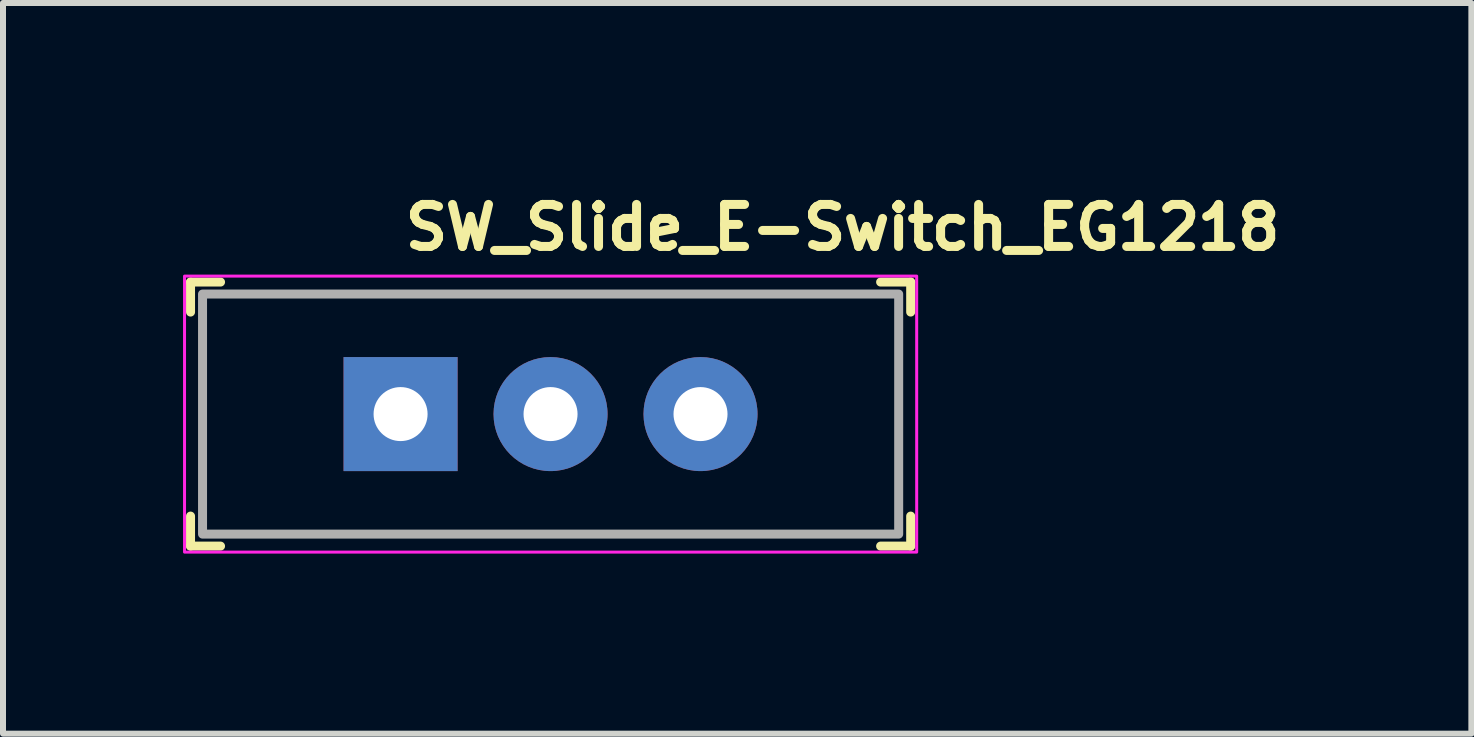
<source format=kicad_pcb>
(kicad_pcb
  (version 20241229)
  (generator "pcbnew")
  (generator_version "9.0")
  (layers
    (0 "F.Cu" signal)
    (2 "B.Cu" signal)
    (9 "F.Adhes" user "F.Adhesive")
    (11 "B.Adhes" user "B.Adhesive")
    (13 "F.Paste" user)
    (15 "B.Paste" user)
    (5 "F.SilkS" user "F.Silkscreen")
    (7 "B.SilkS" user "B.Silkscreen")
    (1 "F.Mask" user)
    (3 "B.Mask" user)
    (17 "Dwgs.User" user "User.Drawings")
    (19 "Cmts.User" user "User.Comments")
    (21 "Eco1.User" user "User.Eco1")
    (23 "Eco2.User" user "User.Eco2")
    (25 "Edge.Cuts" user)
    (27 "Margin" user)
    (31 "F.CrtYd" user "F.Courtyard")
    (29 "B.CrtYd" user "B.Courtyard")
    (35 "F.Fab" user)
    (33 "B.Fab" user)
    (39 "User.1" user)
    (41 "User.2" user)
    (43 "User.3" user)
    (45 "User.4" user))
  (footprint "SW_Slide_E-Switch_EG1218"
    (layer "F.Cu")
    (at 3.625 3.85)
    (property "Reference" "SW_Slide_E-Switch_EG1218" (at 0 -2.7 0) (layer "F.SilkS") (effects (font (size 0.7 0.7) (thickness 0.15)) (justify left bottom)))
    (attr through_hole)
    (fp_line (start -3.5 -2.2) (end -3.5 -1.7) (stroke (width 0.15) (type solid)) (layer "F.SilkS"))
    (fp_line (start -3.5 -2.2) (end -3 -2.2) (stroke (width 0.15) (type solid)) (layer "F.SilkS"))
    (fp_line (start -3.5 2.2) (end -3.5 1.7) (stroke (width 0.15) (type solid)) (layer "F.SilkS"))
    (fp_line (start -3.5 2.2) (end -3 2.2) (stroke (width 0.15) (type solid)) (layer "F.SilkS"))
    (fp_line (start 8.5 -2.2) (end 7.999 -2.2) (stroke (width 0.15) (type solid)) (layer "F.SilkS"))
    (fp_line (start 8.5 -2.2) (end 8.5 -1.7) (stroke (width 0.15) (type solid)) (layer "F.SilkS"))
    (fp_line (start 8.5 2.2) (end 7.999 2.2) (stroke (width 0.15) (type solid)) (layer "F.SilkS"))
    (fp_line (start 8.5 2.2) (end 8.5 1.7) (stroke (width 0.15) (type solid)) (layer "F.SilkS"))
    (fp_rect (start -3.6 -2.299) (end 8.6 2.3) (stroke (width 0.05) (type solid)) (fill no) (layer "F.CrtYd"))
    (fp_rect (start 8.3 -2) (end -3.3 2) (stroke (width 0.15) (type solid)) (fill no) (layer "F.Fab"))
    (fp_rect (start -3.301 -2) (end 8.3 1.999) (stroke (width 0.1) (type solid)) (fill no) (layer "User.5"))
    (fp_line (start -3.301 -2) (end 2.124 -2) (stroke (width 0.02) (type solid)) (layer "User.9"))
    (fp_line (start -3.301 -1.25) (end -3.301 -2) (stroke (width 0.02) (type solid)) (layer "User.9"))
    (fp_line (start -3.301 -1.25) (end -2.65 -1.25) (stroke (width 0.02) (type solid)) (layer "User.9"))
    (fp_line (start -3.301 1.249) (end -3.301 -1.25) (stroke (width 0.02) (type solid)) (layer "User.9"))
    (fp_line (start -3.301 1.999) (end -3.301 1.249) (stroke (width 0.02) (type solid)) (layer "User.9"))
    (fp_line (start -3.202 0.949) (end -3.202 -0.951) (stroke (width 0.02) (type solid)) (layer "User.9"))
    (fp_line (start -3.202 0.949) (end -2.65 0.949) (stroke (width 0.02) (type solid)) (layer "User.9"))
    (fp_line (start -2.702 -0.951) (end -2.702 -1.25) (stroke (width 0.02) (type solid)) (layer "User.9"))
    (fp_line (start -2.702 1.249) (end -2.702 0.949) (stroke (width 0.02) (type solid)) (layer "User.9"))
    (fp_line (start -2.65 -1.25) (end -2.65 1.249) (stroke (width 0.02) (type solid)) (layer "User.9"))
    (fp_line (start -2.65 -0.951) (end -3.202 -0.951) (stroke (width 0.02) (type solid)) (layer "User.9"))
    (fp_line (start -2.65 -0.951) (end -2.65 -1.25) (stroke (width 0.02) (type solid)) (layer "User.9"))
    (fp_line (start -2.65 1.249) (end -3.301 1.249) (stroke (width 0.02) (type solid)) (layer "User.9"))
    (fp_line (start -2.65 1.249) (end -2.65 0.949) (stroke (width 0.02) (type solid)) (layer "User.9"))
    (fp_line (start 0.248 -1.2) (end 4.748 -1.2) (stroke (width 0.02) (type solid)) (layer "User.9"))
    (fp_line (start 0.248 -1) (end 0.248 -1.2) (stroke (width 0.02) (type solid)) (layer "User.9"))
    (fp_line (start 0.248 -1) (end 2.249 -1) (stroke (width 0.02) (type solid)) (layer "User.9"))
    (fp_line (start 0.248 0.998) (end 0.248 -1) (stroke (width 0.02) (type solid)) (layer "User.9"))
    (fp_line (start 0.248 1.199) (end 0.248 0.998) (stroke (width 0.02) (type solid)) (layer "User.9"))
    (fp_line (start 2.124 -2) (end 2.874 -2) (stroke (width 0.02) (type solid)) (layer "User.9"))
    (fp_line (start 2.124 -1.95) (end 2.124 -2) (stroke (width 0.02) (type solid)) (layer "User.9"))
    (fp_line (start 2.124 -1.936) (end 2.124 -1.95) (stroke (width 0.02) (type solid)) (layer "User.9"))
    (fp_line (start 2.124 1.935) (end 2.125 1.919) (stroke (width 0.02) (type solid)) (layer "User.9"))
    (fp_line (start 2.124 1.949) (end 2.124 1.935) (stroke (width 0.02) (type solid)) (layer "User.9"))
    (fp_line (start 2.124 1.999) (end -3.301 1.999) (stroke (width 0.02) (type solid)) (layer "User.9"))
    (fp_line (start 2.124 1.999) (end 2.124 1.949) (stroke (width 0.02) (type solid)) (layer "User.9"))
    (fp_line (start 2.125 -1.922) (end 2.124 -1.936) (stroke (width 0.02) (type solid)) (layer "User.9"))
    (fp_line (start 2.125 1.919) (end 2.128 1.904) (stroke (width 0.02) (type solid)) (layer "User.9"))
    (fp_line (start 2.128 -1.907) (end 2.125 -1.922) (stroke (width 0.02) (type solid)) (layer "User.9"))
    (fp_line (start 2.128 1.904) (end 2.129 1.89) (stroke (width 0.02) (type solid)) (layer "User.9"))
    (fp_line (start 2.129 -1.893) (end 2.128 -1.907) (stroke (width 0.02) (type solid)) (layer "User.9"))
    (fp_line (start 2.129 1.89) (end 2.133 1.876) (stroke (width 0.02) (type solid)) (layer "User.9"))
    (fp_line (start 2.133 -1.877) (end 2.129 -1.893) (stroke (width 0.02) (type solid)) (layer "User.9"))
    (fp_line (start 2.133 1.876) (end 2.136 1.862) (stroke (width 0.02) (type solid)) (layer "User.9"))
    (fp_line (start 2.136 -1.863) (end 2.133 -1.877) (stroke (width 0.02) (type solid)) (layer "User.9"))
    (fp_line (start 2.136 1.862) (end 2.141 1.848) (stroke (width 0.02) (type solid)) (layer "User.9"))
    (fp_line (start 2.141 -1.849) (end 2.136 -1.863) (stroke (width 0.02) (type solid)) (layer "User.9"))
    (fp_line (start 2.141 1.848) (end 2.147 1.834) (stroke (width 0.02) (type solid)) (layer "User.9"))
    (fp_line (start 2.147 -1.837) (end 2.141 -1.849) (stroke (width 0.02) (type solid)) (layer "User.9"))
    (fp_line (start 2.147 1.834) (end 2.152 1.82) (stroke (width 0.02) (type solid)) (layer "User.9"))
    (fp_line (start 2.152 -1.823) (end 2.147 -1.837) (stroke (width 0.02) (type solid)) (layer "User.9"))
    (fp_line (start 2.152 1.82) (end 2.16 1.808) (stroke (width 0.02) (type solid)) (layer "User.9"))
    (fp_line (start 2.16 -1.809) (end 2.152 -1.823) (stroke (width 0.02) (type solid)) (layer "User.9"))
    (fp_line (start 2.16 1.808) (end 2.167 1.794) (stroke (width 0.02) (type solid)) (layer "User.9"))
    (fp_line (start 2.167 -1.797) (end 2.16 -1.809) (stroke (width 0.02) (type solid)) (layer "User.9"))
    (fp_line (start 2.167 1.794) (end 2.175 1.783) (stroke (width 0.02) (type solid)) (layer "User.9"))
    (fp_line (start 2.175 -1.784) (end 2.167 -1.797) (stroke (width 0.02) (type solid)) (layer "User.9"))
    (fp_line (start 2.175 1.783) (end 2.182 1.771) (stroke (width 0.02) (type solid)) (layer "User.9"))
    (fp_line (start 2.182 -1.772) (end 2.175 -1.784) (stroke (width 0.02) (type solid)) (layer "User.9"))
    (fp_line (start 2.182 1.771) (end 2.192 1.759) (stroke (width 0.02) (type solid)) (layer "User.9"))
    (fp_line (start 2.192 -1.76) (end 2.182 -1.772) (stroke (width 0.02) (type solid)) (layer "User.9"))
    (fp_line (start 2.192 1.759) (end 2.201 1.747) (stroke (width 0.02) (type solid)) (layer "User.9"))
    (fp_line (start 2.201 -1.75) (end 2.192 -1.76) (stroke (width 0.02) (type solid)) (layer "User.9"))
    (fp_line (start 2.201 1.747) (end 2.212 1.737) (stroke (width 0.02) (type solid)) (layer "User.9"))
    (fp_line (start 2.212 -1.738) (end 2.201 -1.75) (stroke (width 0.02) (type solid)) (layer "User.9"))
    (fp_line (start 2.212 -1.738) (end 2.212 -1.738) (stroke (width 0.02) (type solid)) (layer "User.9"))
    (fp_line (start 2.212 1.737) (end 2.212 1.737) (stroke (width 0.02) (type solid)) (layer "User.9"))
    (fp_line (start 2.212 1.737) (end 2.222 1.727) (stroke (width 0.02) (type solid)) (layer "User.9"))
    (fp_line (start 2.222 -1.728) (end 2.212 -1.738) (stroke (width 0.02) (type solid)) (layer "User.9"))
    (fp_line (start 2.222 1.727) (end 2.233 1.717) (stroke (width 0.02) (type solid)) (layer "User.9"))
    (fp_line (start 2.233 -1.718) (end 2.222 -1.728) (stroke (width 0.02) (type solid)) (layer "User.9"))
    (fp_line (start 2.233 1.717) (end 2.245 1.707) (stroke (width 0.02) (type solid)) (layer "User.9"))
    (fp_line (start 2.245 -1.71) (end 2.233 -1.718) (stroke (width 0.02) (type solid)) (layer "User.9"))
    (fp_line (start 2.245 1.707) (end 2.257 1.699) (stroke (width 0.02) (type solid)) (layer "User.9"))
    (fp_line (start 2.249 -1) (end 2.249 0.998) (stroke (width 0.02) (type solid)) (layer "User.9"))
    (fp_line (start 2.249 0.998) (end 0.248 0.998) (stroke (width 0.02) (type solid)) (layer "User.9"))
    (fp_line (start 2.257 -1.702) (end 2.245 -1.71) (stroke (width 0.02) (type solid)) (layer "User.9"))
    (fp_line (start 2.257 1.699) (end 2.269 1.691) (stroke (width 0.02) (type solid)) (layer "User.9"))
    (fp_line (start 2.269 -1.694) (end 2.257 -1.702) (stroke (width 0.02) (type solid)) (layer "User.9"))
    (fp_line (start 2.269 1.691) (end 2.282 1.685) (stroke (width 0.02) (type solid)) (layer "User.9"))
    (fp_line (start 2.282 -1.686) (end 2.269 -1.694) (stroke (width 0.02) (type solid)) (layer "User.9"))
    (fp_line (start 2.282 1.685) (end 2.296 1.677) (stroke (width 0.02) (type solid)) (layer "User.9"))
    (fp_line (start 2.296 -1.68) (end 2.282 -1.686) (stroke (width 0.02) (type solid)) (layer "User.9"))
    (fp_line (start 2.296 1.677) (end 2.31 1.671) (stroke (width 0.02) (type solid)) (layer "User.9"))
    (fp_line (start 2.31 -1.674) (end 2.296 -1.68) (stroke (width 0.02) (type solid)) (layer "User.9"))
    (fp_line (start 2.31 1.671) (end 2.322 1.667) (stroke (width 0.02) (type solid)) (layer "User.9"))
    (fp_line (start 2.322 -1.668) (end 2.31 -1.674) (stroke (width 0.02) (type solid)) (layer "User.9"))
    (fp_line (start 2.322 1.667) (end 2.337 1.662) (stroke (width 0.02) (type solid)) (layer "User.9"))
    (fp_line (start 2.337 -1.663) (end 2.322 -1.668) (stroke (width 0.02) (type solid)) (layer "User.9"))
    (fp_line (start 2.337 1.662) (end 2.35 1.658) (stroke (width 0.02) (type solid)) (layer "User.9"))
    (fp_line (start 2.35 -1.661) (end 2.337 -1.663) (stroke (width 0.02) (type solid)) (layer "User.9"))
    (fp_line (start 2.35 1.658) (end 2.366 1.654) (stroke (width 0.02) (type solid)) (layer "User.9"))
    (fp_line (start 2.366 -1.657) (end 2.35 -1.661) (stroke (width 0.02) (type solid)) (layer "User.9"))
    (fp_line (start 2.366 1.654) (end 2.379 1.652) (stroke (width 0.02) (type solid)) (layer "User.9"))
    (fp_line (start 2.379 -1.655) (end 2.366 -1.657) (stroke (width 0.02) (type solid)) (layer "User.9"))
    (fp_line (start 2.379 1.652) (end 2.394 1.65) (stroke (width 0.02) (type solid)) (layer "User.9"))
    (fp_line (start 2.394 -1.653) (end 2.379 -1.655) (stroke (width 0.02) (type solid)) (layer "User.9"))
    (fp_line (start 2.394 1.65) (end 2.41 1.65) (stroke (width 0.02) (type solid)) (layer "User.9"))
    (fp_line (start 2.41 -1.651) (end 2.394 -1.653) (stroke (width 0.02) (type solid)) (layer "User.9"))
    (fp_line (start 2.41 1.65) (end 2.423 1.648) (stroke (width 0.02) (type solid)) (layer "User.9"))
    (fp_line (start 2.423 -1.651) (end 2.41 -1.651) (stroke (width 0.02) (type solid)) (layer "User.9"))
    (fp_line (start 2.423 1.648) (end 2.575 1.648) (stroke (width 0.02) (type solid)) (layer "User.9"))
    (fp_line (start 2.575 -1.651) (end 2.423 -1.651) (stroke (width 0.02) (type solid)) (layer "User.9"))
    (fp_line (start 2.575 1.648) (end 2.588 1.65) (stroke (width 0.02) (type solid)) (layer "User.9"))
    (fp_line (start 2.588 -1.651) (end 2.575 -1.651) (stroke (width 0.02) (type solid)) (layer "User.9"))
    (fp_line (start 2.588 1.65) (end 2.604 1.65) (stroke (width 0.02) (type solid)) (layer "User.9"))
    (fp_line (start 2.604 -1.653) (end 2.588 -1.651) (stroke (width 0.02) (type solid)) (layer "User.9"))
    (fp_line (start 2.604 1.65) (end 2.619 1.652) (stroke (width 0.02) (type solid)) (layer "User.9"))
    (fp_line (start 2.619 -1.655) (end 2.604 -1.653) (stroke (width 0.02) (type solid)) (layer "User.9"))
    (fp_line (start 2.619 1.652) (end 2.632 1.654) (stroke (width 0.02) (type solid)) (layer "User.9"))
    (fp_line (start 2.632 -1.657) (end 2.619 -1.655) (stroke (width 0.02) (type solid)) (layer "User.9"))
    (fp_line (start 2.632 1.654) (end 2.648 1.658) (stroke (width 0.02) (type solid)) (layer "User.9"))
    (fp_line (start 2.648 -1.661) (end 2.632 -1.657) (stroke (width 0.02) (type solid)) (layer "User.9"))
    (fp_line (start 2.648 1.658) (end 2.661 1.662) (stroke (width 0.02) (type solid)) (layer "User.9"))
    (fp_line (start 2.661 -1.663) (end 2.648 -1.661) (stroke (width 0.02) (type solid)) (layer "User.9"))
    (fp_line (start 2.661 1.662) (end 2.676 1.667) (stroke (width 0.02) (type solid)) (layer "User.9"))
    (fp_line (start 2.676 -1.668) (end 2.661 -1.663) (stroke (width 0.02) (type solid)) (layer "User.9"))
    (fp_line (start 2.676 1.667) (end 2.689 1.671) (stroke (width 0.02) (type solid)) (layer "User.9"))
    (fp_line (start 2.689 -1.674) (end 2.676 -1.668) (stroke (width 0.02) (type solid)) (layer "User.9"))
    (fp_line (start 2.689 1.671) (end 2.702 1.677) (stroke (width 0.02) (type solid)) (layer "User.9"))
    (fp_line (start 2.702 -1.68) (end 2.689 -1.674) (stroke (width 0.02) (type solid)) (layer "User.9"))
    (fp_line (start 2.702 1.677) (end 2.716 1.685) (stroke (width 0.02) (type solid)) (layer "User.9"))
    (fp_line (start 2.716 -1.686) (end 2.702 -1.68) (stroke (width 0.02) (type solid)) (layer "User.9"))
    (fp_line (start 2.716 1.685) (end 2.729 1.691) (stroke (width 0.02) (type solid)) (layer "User.9"))
    (fp_line (start 2.729 -1.694) (end 2.716 -1.686) (stroke (width 0.02) (type solid)) (layer "User.9"))
    (fp_line (start 2.729 1.691) (end 2.741 1.699) (stroke (width 0.02) (type solid)) (layer "User.9"))
    (fp_line (start 2.741 -1.702) (end 2.729 -1.694) (stroke (width 0.02) (type solid)) (layer "User.9"))
    (fp_line (start 2.741 1.699) (end 2.753 1.707) (stroke (width 0.02) (type solid)) (layer "User.9"))
    (fp_line (start 2.753 -1.71) (end 2.741 -1.702) (stroke (width 0.02) (type solid)) (layer "User.9"))
    (fp_line (start 2.753 1.707) (end 2.765 1.717) (stroke (width 0.02) (type solid)) (layer "User.9"))
    (fp_line (start 2.765 -1.718) (end 2.753 -1.71) (stroke (width 0.02) (type solid)) (layer "User.9"))
    (fp_line (start 2.765 1.717) (end 2.776 1.727) (stroke (width 0.02) (type solid)) (layer "User.9"))
    (fp_line (start 2.776 -1.728) (end 2.765 -1.718) (stroke (width 0.02) (type solid)) (layer "User.9"))
    (fp_line (start 2.776 1.727) (end 2.786 1.737) (stroke (width 0.02) (type solid)) (layer "User.9"))
    (fp_line (start 2.786 -1.738) (end 2.776 -1.728) (stroke (width 0.02) (type solid)) (layer "User.9"))
    (fp_line (start 2.786 -1.738) (end 2.786 -1.738) (stroke (width 0.02) (type solid)) (layer "User.9"))
    (fp_line (start 2.786 1.737) (end 2.786 1.737) (stroke (width 0.02) (type solid)) (layer "User.9"))
    (fp_line (start 2.786 1.737) (end 2.797 1.747) (stroke (width 0.02) (type solid)) (layer "User.9"))
    (fp_line (start 2.797 -1.75) (end 2.786 -1.738) (stroke (width 0.02) (type solid)) (layer "User.9"))
    (fp_line (start 2.797 1.747) (end 2.806 1.759) (stroke (width 0.02) (type solid)) (layer "User.9"))
    (fp_line (start 2.806 -1.76) (end 2.797 -1.75) (stroke (width 0.02) (type solid)) (layer "User.9"))
    (fp_line (start 2.806 1.759) (end 2.815 1.771) (stroke (width 0.02) (type solid)) (layer "User.9"))
    (fp_line (start 2.815 -1.772) (end 2.806 -1.76) (stroke (width 0.02) (type solid)) (layer "User.9"))
    (fp_line (start 2.815 1.771) (end 2.823 1.783) (stroke (width 0.02) (type solid)) (layer "User.9"))
    (fp_line (start 2.823 -1.784) (end 2.815 -1.772) (stroke (width 0.02) (type solid)) (layer "User.9"))
    (fp_line (start 2.823 1.783) (end 2.831 1.794) (stroke (width 0.02) (type solid)) (layer "User.9"))
    (fp_line (start 2.831 -1.797) (end 2.823 -1.784) (stroke (width 0.02) (type solid)) (layer "User.9"))
    (fp_line (start 2.831 1.794) (end 2.838 1.808) (stroke (width 0.02) (type solid)) (layer "User.9"))
    (fp_line (start 2.838 -1.809) (end 2.831 -1.797) (stroke (width 0.02) (type solid)) (layer "User.9"))
    (fp_line (start 2.838 1.808) (end 2.846 1.82) (stroke (width 0.02) (type solid)) (layer "User.9"))
    (fp_line (start 2.846 -1.823) (end 2.838 -1.809) (stroke (width 0.02) (type solid)) (layer "User.9"))
    (fp_line (start 2.846 1.82) (end 2.851 1.834) (stroke (width 0.02) (type solid)) (layer "User.9"))
    (fp_line (start 2.851 -1.837) (end 2.846 -1.823) (stroke (width 0.02) (type solid)) (layer "User.9"))
    (fp_line (start 2.851 1.834) (end 2.857 1.848) (stroke (width 0.02) (type solid)) (layer "User.9"))
    (fp_line (start 2.857 -1.849) (end 2.851 -1.837) (stroke (width 0.02) (type solid)) (layer "User.9"))
    (fp_line (start 2.857 1.848) (end 2.862 1.862) (stroke (width 0.02) (type solid)) (layer "User.9"))
    (fp_line (start 2.862 -1.863) (end 2.857 -1.849) (stroke (width 0.02) (type solid)) (layer "User.9"))
    (fp_line (start 2.862 1.862) (end 2.865 1.876) (stroke (width 0.02) (type solid)) (layer "User.9"))
    (fp_line (start 2.865 -1.877) (end 2.862 -1.863) (stroke (width 0.02) (type solid)) (layer "User.9"))
    (fp_line (start 2.865 1.876) (end 2.869 1.89) (stroke (width 0.02) (type solid)) (layer "User.9"))
    (fp_line (start 2.869 -1.893) (end 2.865 -1.877) (stroke (width 0.02) (type solid)) (layer "User.9"))
    (fp_line (start 2.869 1.89) (end 2.87 1.904) (stroke (width 0.02) (type solid)) (layer "User.9"))
    (fp_line (start 2.87 -1.907) (end 2.869 -1.893) (stroke (width 0.02) (type solid)) (layer "User.9"))
    (fp_line (start 2.87 1.904) (end 2.873 1.919) (stroke (width 0.02) (type solid)) (layer "User.9"))
    (fp_line (start 2.873 -1.922) (end 2.87 -1.907) (stroke (width 0.02) (type solid)) (layer "User.9"))
    (fp_line (start 2.873 1.919) (end 2.874 1.935) (stroke (width 0.02) (type solid)) (layer "User.9"))
    (fp_line (start 2.874 -2) (end 2.874 -1.95) (stroke (width 0.02) (type solid)) (layer "User.9"))
    (fp_line (start 2.874 -2) (end 8.3 -2) (stroke (width 0.02) (type solid)) (layer "User.9"))
    (fp_line (start 2.874 -1.95) (end 2.874 -1.936) (stroke (width 0.02) (type solid)) (layer "User.9"))
    (fp_line (start 2.874 -1.936) (end 2.873 -1.922) (stroke (width 0.02) (type solid)) (layer "User.9"))
    (fp_line (start 2.874 1.935) (end 2.874 1.949) (stroke (width 0.02) (type solid)) (layer "User.9"))
    (fp_line (start 2.874 1.949) (end 2.874 1.999) (stroke (width 0.02) (type solid)) (layer "User.9"))
    (fp_line (start 2.874 1.999) (end 2.124 1.999) (stroke (width 0.02) (type solid)) (layer "User.9"))
    (fp_line (start 4.623 0.248) (end 4.748 0.248) (stroke (width 0.02) (type solid)) (layer "User.9"))
    (fp_line (start 4.623 1.199) (end 4.623 -1.2) (stroke (width 0.02) (type solid)) (layer "User.9"))
    (fp_line (start 4.748 -1.2) (end 4.748 1.199) (stroke (width 0.02) (type solid)) (layer "User.9"))
    (fp_line (start 4.748 -0.25) (end 4.623 -0.25) (stroke (width 0.02) (type solid)) (layer "User.9"))
    (fp_line (start 4.748 1.199) (end 0.248 1.199) (stroke (width 0.02) (type solid)) (layer "User.9"))
    (fp_line (start 7.65 -1.25) (end 7.65 -0.951) (stroke (width 0.02) (type solid)) (layer "User.9"))
    (fp_line (start 7.65 -1.25) (end 8.3 -1.25) (stroke (width 0.02) (type solid)) (layer "User.9"))
    (fp_line (start 7.65 0.949) (end 7.65 1.249) (stroke (width 0.02) (type solid)) (layer "User.9"))
    (fp_line (start 7.65 0.949) (end 8.198 0.949) (stroke (width 0.02) (type solid)) (layer "User.9"))
    (fp_line (start 7.65 1.249) (end 7.65 -1.25) (stroke (width 0.02) (type solid)) (layer "User.9"))
    (fp_line (start 7.7 -1.25) (end 7.7 -0.951) (stroke (width 0.02) (type solid)) (layer "User.9"))
    (fp_line (start 7.7 0.949) (end 7.7 1.249) (stroke (width 0.02) (type solid)) (layer "User.9"))
    (fp_line (start 8.198 -0.951) (end 7.65 -0.951) (stroke (width 0.02) (type solid)) (layer "User.9"))
    (fp_line (start 8.198 -0.951) (end 8.198 0.949) (stroke (width 0.02) (type solid)) (layer "User.9"))
    (fp_line (start 8.3 -2) (end 8.3 -1.25) (stroke (width 0.02) (type solid)) (layer "User.9"))
    (fp_line (start 8.3 -1.25) (end 8.3 1.249) (stroke (width 0.02) (type solid)) (layer "User.9"))
    (fp_line (start 8.3 1.249) (end 7.65 1.249) (stroke (width 0.02) (type solid)) (layer "User.9"))
    (fp_line (start 8.3 1.249) (end 8.3 1.999) (stroke (width 0.02) (type solid)) (layer "User.9"))
    (fp_line (start 8.3 1.999) (end 2.874 1.999) (stroke (width 0.02) (type solid)) (layer "User.9"))
    (pad "1" thru_hole rect (at 0 0) (size 1.9 1.9) (drill 0.9) (layers "*.Cu" "*.Mask"))
    (pad "2" thru_hole circle (at 2.499 0) (size 1.9 1.9) (drill 0.9) (layers "*.Cu" "*.Mask"))
    (pad "3" thru_hole circle (at 4.998 0) (size 1.9 1.9) (drill 0.9) (layers "*.Cu" "*.Mask")))
  (gr_rect
    (start -3 -3)
    (end 21.468 9.175)
    (stroke (width 0.1) (type default))
    (fill no)
    (layer "Edge.Cuts")))
</source>
